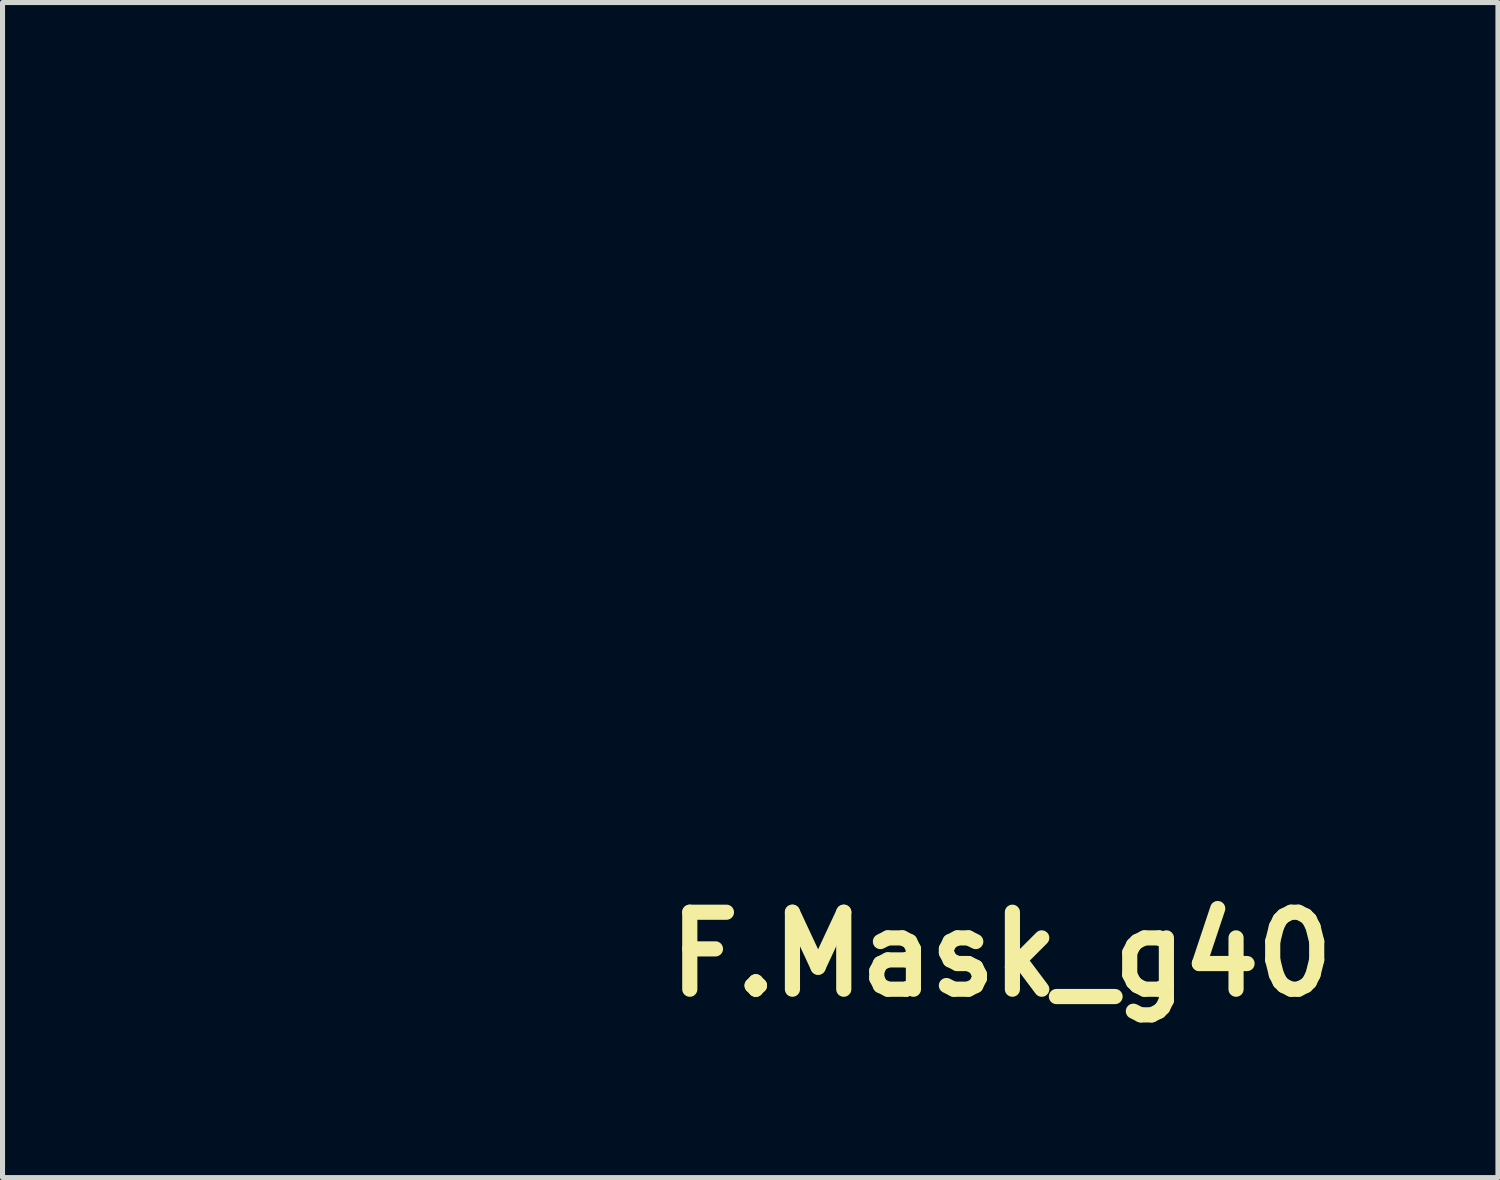
<source format=kicad_pcb>
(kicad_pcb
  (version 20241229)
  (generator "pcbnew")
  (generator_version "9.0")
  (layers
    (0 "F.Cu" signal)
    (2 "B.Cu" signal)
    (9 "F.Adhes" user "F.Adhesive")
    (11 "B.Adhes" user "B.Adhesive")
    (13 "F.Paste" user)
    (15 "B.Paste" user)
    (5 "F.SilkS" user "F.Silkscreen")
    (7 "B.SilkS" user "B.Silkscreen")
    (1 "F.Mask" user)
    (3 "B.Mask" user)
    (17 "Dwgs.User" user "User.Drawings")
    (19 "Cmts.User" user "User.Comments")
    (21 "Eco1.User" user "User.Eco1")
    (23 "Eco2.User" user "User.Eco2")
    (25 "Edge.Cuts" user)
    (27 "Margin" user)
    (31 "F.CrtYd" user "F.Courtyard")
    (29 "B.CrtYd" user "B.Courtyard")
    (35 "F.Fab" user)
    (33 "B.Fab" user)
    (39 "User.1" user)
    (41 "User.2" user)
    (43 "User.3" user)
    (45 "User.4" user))
  (footprint "F.Mask_g40"
    (layer "F.Cu")
    (at 16.773 15.842)
    (property "Reference" "F.Mask_g40" (at 0 0 0) (layer "F.SilkS") (effects (font (size 1.524 1.524) (thickness 0.3))))
    (attr through_hole)
    (fp_poly (pts (xy -13.653 -14.637) (xy -13.712 -14.544) (xy -13.797 -14.412) (xy -13.858 -14.317) (xy -14.031 -14.013) (xy -14.136 -13.717) (xy -14.183 -13.399) (xy -14.186 -13.193) (xy -14.168 -13.011) (xy -14.114 -12.847) (xy -14.016 -12.686) (xy -13.864 -12.512) (xy -13.666 -12.323) (xy -13.548 -12.222) (xy -13.43 -12.132) (xy -13.299 -12.045) (xy -13.141 -11.954) (xy -12.941 -11.849) (xy -12.684 -11.723) (xy -12.53 -11.649) (xy -12.25 -11.513) (xy -12.036 -11.406) (xy -11.878 -11.322) (xy -11.764 -11.252) (xy -11.683 -11.192) (xy -11.625 -11.134) (xy -11.589 -11.087) (xy -11.52 -10.983) (xy -11.478 -10.907) (xy -11.472 -10.888) (xy -11.501 -10.844) (xy -11.575 -10.761) (xy -11.673 -10.661) (xy -11.78 -10.565) (xy -11.884 -10.494) (xy -12.012 -10.433) (xy -12.185 -10.371) (xy -12.303 -10.335) (xy -12.692 -10.237) (xy -13.114 -10.167) (xy -13.234 -10.154) (xy -13.459 -10.133) (xy -13.623 -10.124) (xy -13.749 -10.128) (xy -13.86 -10.144) (xy -13.978 -10.174) (xy -13.991 -10.178) (xy -14.13 -10.225) (xy -14.242 -10.285) (xy -14.353 -10.375) (xy -14.49 -10.513) (xy -14.5 -10.524) (xy -14.624 -10.654) (xy -14.707 -10.732) (xy -14.767 -10.767) (xy -14.822 -10.77) (xy -14.889 -10.751) (xy -14.89 -10.75) (xy -15.016 -10.671) (xy -15.083 -10.539) (xy -15.091 -10.351) (xy -15.048 -10.127) (xy -14.973 -9.85) (xy -15.066 -9.774) (xy -15.113 -9.741) (xy -15.178 -9.705) (xy -15.27 -9.663) (xy -15.401 -9.609) (xy -15.581 -9.542) (xy -15.819 -9.455) (xy -16.125 -9.345) (xy -16.159 -9.333) (xy -16.372 -9.258) (xy -16.519 -9.211) (xy -16.612 -9.188) (xy -16.665 -9.188) (xy -16.689 -9.206) (xy -16.695 -9.221) (xy -16.703 -9.286) (xy -16.713 -9.419) (xy -16.724 -9.606) (xy -16.735 -9.829) (xy -16.741 -9.991) (xy -16.768 -10.689) (xy -16.621 -11.124) (xy -16.396 -11.677) (xy -16.099 -12.238) (xy -15.737 -12.794) (xy -15.32 -13.33) (xy -15.033 -13.651) (xy -14.832 -13.857) (xy -14.653 -14.02) (xy -14.467 -14.164) (xy -14.245 -14.311) (xy -14.133 -14.381) (xy -13.952 -14.491) (xy -13.801 -14.582) (xy -13.691 -14.645) (xy -13.635 -14.675) (xy -13.631 -14.676) (xy -13.653 -14.637)) (stroke (width 0.01) (type solid)) (fill yes) (layer "F.Mask"))
    (fp_poly (pts (xy -10.574 -15.836) (xy -10.334 -15.816) (xy -10.052 -15.777) (xy -9.716 -15.719) (xy -9.314 -15.641) (xy -9.124 -15.603) (xy -8.782 -15.533) (xy -8.508 -15.475) (xy -8.286 -15.424) (xy -8.1 -15.376) (xy -7.936 -15.327) (xy -7.777 -15.272) (xy -7.608 -15.205) (xy -7.413 -15.124) (xy -7.287 -15.071) (xy -7.06 -14.972) (xy -6.871 -14.887) (xy -6.707 -14.805) (xy -6.551 -14.717) (xy -6.388 -14.615) (xy -6.202 -14.489) (xy -5.978 -14.33) (xy -5.735 -14.155) (xy -5.241 -13.786) (xy -4.818 -13.444) (xy -4.462 -13.125) (xy -4.166 -12.824) (xy -3.925 -12.534) (xy -3.733 -12.251) (xy -3.664 -12.129) (xy -3.539 -11.883) (xy -3.457 -11.684) (xy -3.417 -11.509) (xy -3.414 -11.335) (xy -3.446 -11.136) (xy -3.51 -10.891) (xy -3.511 -10.886) (xy -3.568 -10.7) (xy -3.621 -10.541) (xy -3.664 -10.43) (xy -3.686 -10.389) (xy -3.757 -10.357) (xy -3.891 -10.338) (xy -4.069 -10.333) (xy -4.27 -10.341) (xy -4.475 -10.362) (xy -4.664 -10.395) (xy -4.678 -10.399) (xy -4.792 -10.418) (xy -4.975 -10.439) (xy -5.212 -10.461) (xy -5.489 -10.482) (xy -5.788 -10.501) (xy -5.99 -10.512) (xy -6.344 -10.529) (xy -6.664 -10.539) (xy -6.971 -10.544) (xy -7.285 -10.543) (xy -7.625 -10.537) (xy -8.012 -10.525) (xy -8.403 -10.509) (xy -8.763 -10.495) (xy -9.12 -10.481) (xy -9.461 -10.468) (xy -9.768 -10.458) (xy -10.027 -10.45) (xy -10.221 -10.445) (xy -10.264 -10.444) (xy -10.771 -10.435) (xy -10.772 -10.84) (xy -10.778 -11.05) (xy -10.799 -11.215) (xy -10.845 -11.348) (xy -10.926 -11.463) (xy -11.053 -11.573) (xy -11.235 -11.691) (xy -11.482 -11.833) (xy -11.515 -11.851) (xy -11.752 -11.979) (xy -12.009 -12.113) (xy -12.253 -12.236) (xy -12.455 -12.334) (xy -12.457 -12.334) (xy -12.82 -12.527) (xy -13.1 -12.728) (xy -13.298 -12.94) (xy -13.413 -13.162) (xy -13.448 -13.397) (xy -13.423 -13.572) (xy -13.316 -13.833) (xy -13.14 -14.048) (xy -12.899 -14.214) (xy -12.594 -14.328) (xy -12.23 -14.39) (xy -12.213 -14.391) (xy -12.028 -14.401) (xy -11.847 -14.4) (xy -11.648 -14.384) (xy -11.406 -14.353) (xy -11.205 -14.323) (xy -10.906 -14.279) (xy -10.681 -14.255) (xy -10.523 -14.251) (xy -10.424 -14.268) (xy -10.378 -14.304) (xy -10.372 -14.332) (xy -10.413 -14.478) (xy -10.532 -14.627) (xy -10.685 -14.748) (xy -10.776 -14.806) (xy -10.86 -14.848) (xy -10.956 -14.88) (xy -11.081 -14.906) (xy -11.254 -14.931) (xy -11.491 -14.958) (xy -11.515 -14.961) (xy -11.775 -14.987) (xy -12.044 -15.008) (xy -12.292 -15.024) (xy -12.49 -15.03) (xy -12.509 -15.03) (xy -12.89 -15.031) (xy -12.467 -15.261) (xy -12.239 -15.377) (xy -11.971 -15.499) (xy -11.704 -15.61) (xy -11.565 -15.662) (xy -11.356 -15.732) (xy -11.164 -15.785) (xy -10.978 -15.82) (xy -10.785 -15.837) (xy -10.574 -15.836)) (stroke (width 0.01) (type solid)) (fill yes) (layer "F.Mask")))
  (gr_rect
    (start -3 -3)
    (end 26.602 20.26)
    (stroke (width 0.1) (type default))
    (fill no)
    (layer "Edge.Cuts")))
</source>
